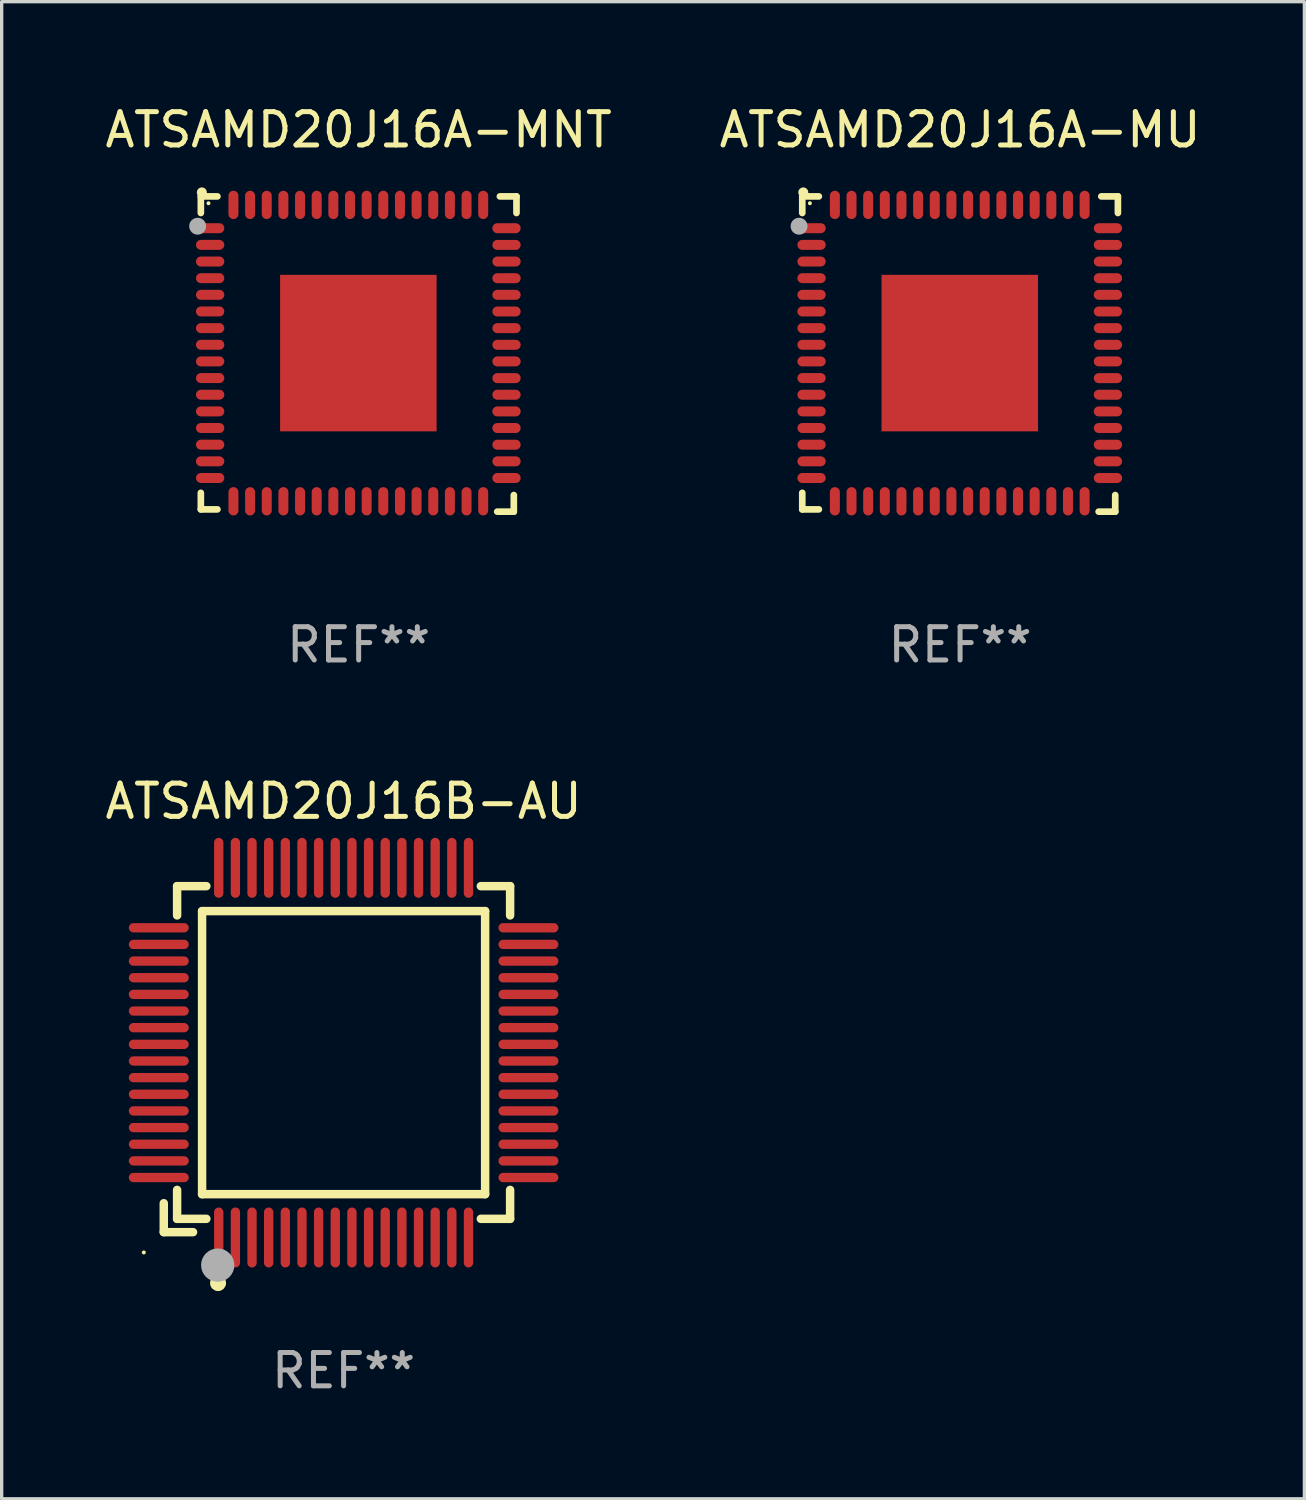
<source format=kicad_pcb>
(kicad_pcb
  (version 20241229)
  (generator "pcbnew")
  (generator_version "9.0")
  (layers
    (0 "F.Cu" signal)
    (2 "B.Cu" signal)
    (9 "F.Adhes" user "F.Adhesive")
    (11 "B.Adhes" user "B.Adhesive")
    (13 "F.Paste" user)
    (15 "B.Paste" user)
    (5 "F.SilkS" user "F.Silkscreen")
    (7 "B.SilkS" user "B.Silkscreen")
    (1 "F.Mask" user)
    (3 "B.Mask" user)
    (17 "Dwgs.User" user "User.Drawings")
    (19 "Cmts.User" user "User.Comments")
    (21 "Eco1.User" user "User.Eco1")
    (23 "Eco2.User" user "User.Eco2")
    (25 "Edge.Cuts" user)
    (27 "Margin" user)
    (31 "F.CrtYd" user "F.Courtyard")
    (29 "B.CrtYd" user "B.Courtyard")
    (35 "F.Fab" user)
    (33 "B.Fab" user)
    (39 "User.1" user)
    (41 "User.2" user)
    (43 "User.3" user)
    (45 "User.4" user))
  (footprint "ATSAMD20J16A-MU"
    (layer "F.Cu")
    (at 25.78 7.581)
    (property "Reference" "ATSAMD20J16A-MU" (at 0 -6.733 0) (layer "F.SilkS") (effects (font (size 1 1) (thickness 0.15))))
    (attr through_hole)
    (fp_line (start -4.739 -4.733) (end -4.241 -4.733) (stroke (width 0.2) (type solid)) (layer "F.SilkS"))
    (fp_line (start -4.739 -4.235) (end -4.739 -4.733) (stroke (width 0.2) (type solid)) (layer "F.SilkS"))
    (fp_line (start -4.739 4.168) (end -4.739 4.665) (stroke (width 0.2) (type solid)) (layer "F.SilkS"))
    (fp_line (start -4.739 4.665) (end -4.241 4.665) (stroke (width 0.2) (type solid)) (layer "F.SilkS"))
    (fp_line (start 4.161 4.733) (end 4.659 4.733) (stroke (width 0.2) (type solid)) (layer "F.SilkS"))
    (fp_line (start 4.241 -4.733) (end 4.739 -4.733) (stroke (width 0.2) (type solid)) (layer "F.SilkS"))
    (fp_line (start 4.659 4.733) (end 4.659 4.235) (stroke (width 0.2) (type solid)) (layer "F.SilkS"))
    (fp_line (start 4.739 -4.733) (end 4.739 -4.235) (stroke (width 0.2) (type solid)) (layer "F.SilkS"))
    (fp_arc (start -4.708623 -4.85108) (mid -4.708628 -4.85235) (end -4.708623 -4.85362) (stroke (width 0.3) (type solid)) (layer "F.SilkS"))
    (fp_circle (center -4.51 -4.528) (end -4.48 -4.528) (stroke (width 0.06) (type solid)) (fill no) (layer "F.SilkS"))
    (fp_circle (center -4.835 -3.838) (end -4.708 -3.838) (stroke (width 0.254) (type solid)) (fill no) (layer "F.Fab"))
    (fp_text user "REF**" (at 0 8.733 0) (layer "F.Fab") (effects (font (size 1 1) (thickness 0.15))))
    (pad "1" smd oval (at -4.46 -3.778) (size 0.85 0.3) (layers "F.Cu" "F.Mask" "F.Paste"))
    (pad "2" smd oval (at -4.46 -3.278) (size 0.85 0.3) (layers "F.Cu" "F.Mask" "F.Paste"))
    (pad "3" smd oval (at -4.46 -2.778) (size 0.85 0.3) (layers "F.Cu" "F.Mask" "F.Paste"))
    (pad "4" smd oval (at -4.46 -2.278) (size 0.85 0.3) (layers "F.Cu" "F.Mask" "F.Paste"))
    (pad "5" smd oval (at -4.46 -1.778) (size 0.85 0.3) (layers "F.Cu" "F.Mask" "F.Paste"))
    (pad "6" smd oval (at -4.46 -1.278) (size 0.85 0.3) (layers "F.Cu" "F.Mask" "F.Paste"))
    (pad "7" smd oval (at -4.46 -0.778) (size 0.85 0.3) (layers "F.Cu" "F.Mask" "F.Paste"))
    (pad "8" smd oval (at -4.46 -0.278) (size 0.85 0.3) (layers "F.Cu" "F.Mask" "F.Paste"))
    (pad "9" smd oval (at -4.46 0.222) (size 0.85 0.3) (layers "F.Cu" "F.Mask" "F.Paste"))
    (pad "10" smd oval (at -4.46 0.722) (size 0.85 0.3) (layers "F.Cu" "F.Mask" "F.Paste"))
    (pad "11" smd oval (at -4.46 1.222) (size 0.85 0.3) (layers "F.Cu" "F.Mask" "F.Paste"))
    (pad "12" smd oval (at -4.46 1.722) (size 0.85 0.3) (layers "F.Cu" "F.Mask" "F.Paste"))
    (pad "13" smd oval (at -4.46 2.222) (size 0.85 0.3) (layers "F.Cu" "F.Mask" "F.Paste"))
    (pad "14" smd oval (at -4.46 2.722) (size 0.85 0.3) (layers "F.Cu" "F.Mask" "F.Paste"))
    (pad "15" smd oval (at -4.46 3.222) (size 0.85 0.3) (layers "F.Cu" "F.Mask" "F.Paste"))
    (pad "16" smd oval (at -4.46 3.722) (size 0.85 0.3) (layers "F.Cu" "F.Mask" "F.Paste"))
    (pad "17" smd oval (at -3.76 4.422) (size 0.3 0.85) (layers "F.Cu" "F.Mask" "F.Paste"))
    (pad "18" smd oval (at -3.26 4.422) (size 0.3 0.85) (layers "F.Cu" "F.Mask" "F.Paste"))
    (pad "19" smd oval (at -2.76 4.422) (size 0.3 0.85) (layers "F.Cu" "F.Mask" "F.Paste"))
    (pad "20" smd oval (at -2.26 4.422) (size 0.3 0.85) (layers "F.Cu" "F.Mask" "F.Paste"))
    (pad "21" smd oval (at -1.76 4.422) (size 0.3 0.85) (layers "F.Cu" "F.Mask" "F.Paste"))
    (pad "22" smd oval (at -1.26 4.422) (size 0.3 0.85) (layers "F.Cu" "F.Mask" "F.Paste"))
    (pad "23" smd oval (at -0.76 4.422) (size 0.3 0.85) (layers "F.Cu" "F.Mask" "F.Paste"))
    (pad "24" smd oval (at -0.26 4.422) (size 0.3 0.85) (layers "F.Cu" "F.Mask" "F.Paste"))
    (pad "25" smd oval (at 0.24 4.422) (size 0.3 0.85) (layers "F.Cu" "F.Mask" "F.Paste"))
    (pad "26" smd oval (at 0.74 4.422) (size 0.3 0.85) (layers "F.Cu" "F.Mask" "F.Paste"))
    (pad "27" smd oval (at 1.24 4.422) (size 0.3 0.85) (layers "F.Cu" "F.Mask" "F.Paste"))
    (pad "28" smd oval (at 1.74 4.422) (size 0.3 0.85) (layers "F.Cu" "F.Mask" "F.Paste"))
    (pad "29" smd oval (at 2.24 4.422) (size 0.3 0.85) (layers "F.Cu" "F.Mask" "F.Paste"))
    (pad "30" smd oval (at 2.74 4.422) (size 0.3 0.85) (layers "F.Cu" "F.Mask" "F.Paste"))
    (pad "31" smd oval (at 3.24 4.422) (size 0.3 0.85) (layers "F.Cu" "F.Mask" "F.Paste"))
    (pad "32" smd oval (at 3.74 4.422) (size 0.3 0.85) (layers "F.Cu" "F.Mask" "F.Paste"))
    (pad "33" smd oval (at 4.44 3.723) (size 0.85 0.3) (layers "F.Cu" "F.Mask" "F.Paste"))
    (pad "34" smd oval (at 4.44 3.222) (size 0.85 0.3) (layers "F.Cu" "F.Mask" "F.Paste"))
    (pad "35" smd oval (at 4.44 2.723) (size 0.85 0.3) (layers "F.Cu" "F.Mask" "F.Paste"))
    (pad "36" smd oval (at 4.44 2.222) (size 0.85 0.3) (layers "F.Cu" "F.Mask" "F.Paste"))
    (pad "37" smd oval (at 4.44 1.723) (size 0.85 0.3) (layers "F.Cu" "F.Mask" "F.Paste"))
    (pad "38" smd oval (at 4.44 1.222) (size 0.85 0.3) (layers "F.Cu" "F.Mask" "F.Paste"))
    (pad "39" smd oval (at 4.44 0.723) (size 0.85 0.3) (layers "F.Cu" "F.Mask" "F.Paste"))
    (pad "40" smd oval (at 4.44 0.222) (size 0.85 0.3) (layers "F.Cu" "F.Mask" "F.Paste"))
    (pad "41" smd oval (at 4.44 -0.277) (size 0.85 0.3) (layers "F.Cu" "F.Mask" "F.Paste"))
    (pad "42" smd oval (at 4.44 -0.778) (size 0.85 0.3) (layers "F.Cu" "F.Mask" "F.Paste"))
    (pad "43" smd oval (at 4.44 -1.277) (size 0.85 0.3) (layers "F.Cu" "F.Mask" "F.Paste"))
    (pad "44" smd oval (at 4.44 -1.778) (size 0.85 0.3) (layers "F.Cu" "F.Mask" "F.Paste"))
    (pad "45" smd oval (at 4.44 -2.277) (size 0.85 0.3) (layers "F.Cu" "F.Mask" "F.Paste"))
    (pad "46" smd oval (at 4.44 -2.778) (size 0.85 0.3) (layers "F.Cu" "F.Mask" "F.Paste"))
    (pad "47" smd oval (at 4.44 -3.277) (size 0.85 0.3) (layers "F.Cu" "F.Mask" "F.Paste"))
    (pad "48" smd oval (at 4.44 -3.778) (size 0.85 0.3) (layers "F.Cu" "F.Mask" "F.Paste"))
    (pad "49" smd oval (at 3.74 -4.478) (size 0.3 0.85) (layers "F.Cu" "F.Mask" "F.Paste"))
    (pad "50" smd oval (at 3.24 -4.478) (size 0.3 0.85) (layers "F.Cu" "F.Mask" "F.Paste"))
    (pad "51" smd oval (at 2.74 -4.478) (size 0.3 0.85) (layers "F.Cu" "F.Mask" "F.Paste"))
    (pad "52" smd oval (at 2.24 -4.478) (size 0.3 0.85) (layers "F.Cu" "F.Mask" "F.Paste"))
    (pad "53" smd oval (at 1.74 -4.478) (size 0.3 0.85) (layers "F.Cu" "F.Mask" "F.Paste"))
    (pad "54" smd oval (at 1.24 -4.478) (size 0.3 0.85) (layers "F.Cu" "F.Mask" "F.Paste"))
    (pad "55" smd oval (at 0.74 -4.478) (size 0.3 0.85) (layers "F.Cu" "F.Mask" "F.Paste"))
    (pad "56" smd oval (at 0.24 -4.478) (size 0.3 0.85) (layers "F.Cu" "F.Mask" "F.Paste"))
    (pad "57" smd oval (at -0.26 -4.478) (size 0.3 0.85) (layers "F.Cu" "F.Mask" "F.Paste"))
    (pad "58" smd oval (at -0.76 -4.478) (size 0.3 0.85) (layers "F.Cu" "F.Mask" "F.Paste"))
    (pad "59" smd oval (at -1.26 -4.478) (size 0.3 0.85) (layers "F.Cu" "F.Mask" "F.Paste"))
    (pad "60" smd oval (at -1.76 -4.478) (size 0.3 0.85) (layers "F.Cu" "F.Mask" "F.Paste"))
    (pad "61" smd oval (at -2.26 -4.478) (size 0.3 0.85) (layers "F.Cu" "F.Mask" "F.Paste"))
    (pad "62" smd oval (at -2.76 -4.478) (size 0.3 0.85) (layers "F.Cu" "F.Mask" "F.Paste"))
    (pad "63" smd oval (at -3.26 -4.478) (size 0.3 0.85) (layers "F.Cu" "F.Mask" "F.Paste"))
    (pad "64" smd oval (at -3.76 -4.478) (size 0.3 0.85) (layers "F.Cu" "F.Mask" "F.Paste"))
    (pad "65" smd rect (at -0.009 -0.028 90) (size 4.7 4.7) (layers "F.Cu" "F.Mask" "F.Paste")))
  (footprint "ATSAMD20J16A-MNT"
    (layer "F.Cu")
    (at 7.72 7.581)
    (property "Reference" "ATSAMD20J16A-MNT" (at 0 -6.733 0) (layer "F.SilkS") (effects (font (size 1 1) (thickness 0.15))))
    (attr through_hole)
    (fp_line (start -4.739 -4.733) (end -4.241 -4.733) (stroke (width 0.2) (type solid)) (layer "F.SilkS"))
    (fp_line (start -4.739 -4.235) (end -4.739 -4.733) (stroke (width 0.2) (type solid)) (layer "F.SilkS"))
    (fp_line (start -4.739 4.168) (end -4.739 4.665) (stroke (width 0.2) (type solid)) (layer "F.SilkS"))
    (fp_line (start -4.739 4.665) (end -4.241 4.665) (stroke (width 0.2) (type solid)) (layer "F.SilkS"))
    (fp_line (start 4.161 4.733) (end 4.659 4.733) (stroke (width 0.2) (type solid)) (layer "F.SilkS"))
    (fp_line (start 4.241 -4.733) (end 4.739 -4.733) (stroke (width 0.2) (type solid)) (layer "F.SilkS"))
    (fp_line (start 4.659 4.733) (end 4.659 4.235) (stroke (width 0.2) (type solid)) (layer "F.SilkS"))
    (fp_line (start 4.739 -4.733) (end 4.739 -4.235) (stroke (width 0.2) (type solid)) (layer "F.SilkS"))
    (fp_arc (start -4.708623 -4.85108) (mid -4.708628 -4.85235) (end -4.708623 -4.85362) (stroke (width 0.3) (type solid)) (layer "F.SilkS"))
    (fp_circle (center -4.51 -4.528) (end -4.48 -4.528) (stroke (width 0.06) (type solid)) (fill no) (layer "F.SilkS"))
    (fp_circle (center -4.835 -3.838) (end -4.708 -3.838) (stroke (width 0.254) (type solid)) (fill no) (layer "F.Fab"))
    (fp_text user "REF**" (at 0 8.733 0) (layer "F.Fab") (effects (font (size 1 1) (thickness 0.15))))
    (pad "1" smd oval (at -4.46 -3.778) (size 0.85 0.3) (layers "F.Cu" "F.Mask" "F.Paste"))
    (pad "2" smd oval (at -4.46 -3.278) (size 0.85 0.3) (layers "F.Cu" "F.Mask" "F.Paste"))
    (pad "3" smd oval (at -4.46 -2.778) (size 0.85 0.3) (layers "F.Cu" "F.Mask" "F.Paste"))
    (pad "4" smd oval (at -4.46 -2.278) (size 0.85 0.3) (layers "F.Cu" "F.Mask" "F.Paste"))
    (pad "5" smd oval (at -4.46 -1.778) (size 0.85 0.3) (layers "F.Cu" "F.Mask" "F.Paste"))
    (pad "6" smd oval (at -4.46 -1.278) (size 0.85 0.3) (layers "F.Cu" "F.Mask" "F.Paste"))
    (pad "7" smd oval (at -4.46 -0.778) (size 0.85 0.3) (layers "F.Cu" "F.Mask" "F.Paste"))
    (pad "8" smd oval (at -4.46 -0.278) (size 0.85 0.3) (layers "F.Cu" "F.Mask" "F.Paste"))
    (pad "9" smd oval (at -4.46 0.222) (size 0.85 0.3) (layers "F.Cu" "F.Mask" "F.Paste"))
    (pad "10" smd oval (at -4.46 0.722) (size 0.85 0.3) (layers "F.Cu" "F.Mask" "F.Paste"))
    (pad "11" smd oval (at -4.46 1.222) (size 0.85 0.3) (layers "F.Cu" "F.Mask" "F.Paste"))
    (pad "12" smd oval (at -4.46 1.722) (size 0.85 0.3) (layers "F.Cu" "F.Mask" "F.Paste"))
    (pad "13" smd oval (at -4.46 2.222) (size 0.85 0.3) (layers "F.Cu" "F.Mask" "F.Paste"))
    (pad "14" smd oval (at -4.46 2.722) (size 0.85 0.3) (layers "F.Cu" "F.Mask" "F.Paste"))
    (pad "15" smd oval (at -4.46 3.222) (size 0.85 0.3) (layers "F.Cu" "F.Mask" "F.Paste"))
    (pad "16" smd oval (at -4.46 3.722) (size 0.85 0.3) (layers "F.Cu" "F.Mask" "F.Paste"))
    (pad "17" smd oval (at -3.76 4.422) (size 0.3 0.85) (layers "F.Cu" "F.Mask" "F.Paste"))
    (pad "18" smd oval (at -3.26 4.422) (size 0.3 0.85) (layers "F.Cu" "F.Mask" "F.Paste"))
    (pad "19" smd oval (at -2.76 4.422) (size 0.3 0.85) (layers "F.Cu" "F.Mask" "F.Paste"))
    (pad "20" smd oval (at -2.26 4.422) (size 0.3 0.85) (layers "F.Cu" "F.Mask" "F.Paste"))
    (pad "21" smd oval (at -1.76 4.422) (size 0.3 0.85) (layers "F.Cu" "F.Mask" "F.Paste"))
    (pad "22" smd oval (at -1.26 4.422) (size 0.3 0.85) (layers "F.Cu" "F.Mask" "F.Paste"))
    (pad "23" smd oval (at -0.76 4.422) (size 0.3 0.85) (layers "F.Cu" "F.Mask" "F.Paste"))
    (pad "24" smd oval (at -0.26 4.422) (size 0.3 0.85) (layers "F.Cu" "F.Mask" "F.Paste"))
    (pad "25" smd oval (at 0.24 4.422) (size 0.3 0.85) (layers "F.Cu" "F.Mask" "F.Paste"))
    (pad "26" smd oval (at 0.74 4.422) (size 0.3 0.85) (layers "F.Cu" "F.Mask" "F.Paste"))
    (pad "27" smd oval (at 1.24 4.422) (size 0.3 0.85) (layers "F.Cu" "F.Mask" "F.Paste"))
    (pad "28" smd oval (at 1.74 4.422) (size 0.3 0.85) (layers "F.Cu" "F.Mask" "F.Paste"))
    (pad "29" smd oval (at 2.24 4.422) (size 0.3 0.85) (layers "F.Cu" "F.Mask" "F.Paste"))
    (pad "30" smd oval (at 2.74 4.422) (size 0.3 0.85) (layers "F.Cu" "F.Mask" "F.Paste"))
    (pad "31" smd oval (at 3.24 4.422) (size 0.3 0.85) (layers "F.Cu" "F.Mask" "F.Paste"))
    (pad "32" smd oval (at 3.74 4.422) (size 0.3 0.85) (layers "F.Cu" "F.Mask" "F.Paste"))
    (pad "33" smd oval (at 4.44 3.723) (size 0.85 0.3) (layers "F.Cu" "F.Mask" "F.Paste"))
    (pad "34" smd oval (at 4.44 3.222) (size 0.85 0.3) (layers "F.Cu" "F.Mask" "F.Paste"))
    (pad "35" smd oval (at 4.44 2.723) (size 0.85 0.3) (layers "F.Cu" "F.Mask" "F.Paste"))
    (pad "36" smd oval (at 4.44 2.222) (size 0.85 0.3) (layers "F.Cu" "F.Mask" "F.Paste"))
    (pad "37" smd oval (at 4.44 1.723) (size 0.85 0.3) (layers "F.Cu" "F.Mask" "F.Paste"))
    (pad "38" smd oval (at 4.44 1.222) (size 0.85 0.3) (layers "F.Cu" "F.Mask" "F.Paste"))
    (pad "39" smd oval (at 4.44 0.723) (size 0.85 0.3) (layers "F.Cu" "F.Mask" "F.Paste"))
    (pad "40" smd oval (at 4.44 0.222) (size 0.85 0.3) (layers "F.Cu" "F.Mask" "F.Paste"))
    (pad "41" smd oval (at 4.44 -0.277) (size 0.85 0.3) (layers "F.Cu" "F.Mask" "F.Paste"))
    (pad "42" smd oval (at 4.44 -0.778) (size 0.85 0.3) (layers "F.Cu" "F.Mask" "F.Paste"))
    (pad "43" smd oval (at 4.44 -1.277) (size 0.85 0.3) (layers "F.Cu" "F.Mask" "F.Paste"))
    (pad "44" smd oval (at 4.44 -1.778) (size 0.85 0.3) (layers "F.Cu" "F.Mask" "F.Paste"))
    (pad "45" smd oval (at 4.44 -2.277) (size 0.85 0.3) (layers "F.Cu" "F.Mask" "F.Paste"))
    (pad "46" smd oval (at 4.44 -2.778) (size 0.85 0.3) (layers "F.Cu" "F.Mask" "F.Paste"))
    (pad "47" smd oval (at 4.44 -3.277) (size 0.85 0.3) (layers "F.Cu" "F.Mask" "F.Paste"))
    (pad "48" smd oval (at 4.44 -3.778) (size 0.85 0.3) (layers "F.Cu" "F.Mask" "F.Paste"))
    (pad "49" smd oval (at 3.74 -4.478) (size 0.3 0.85) (layers "F.Cu" "F.Mask" "F.Paste"))
    (pad "50" smd oval (at 3.24 -4.478) (size 0.3 0.85) (layers "F.Cu" "F.Mask" "F.Paste"))
    (pad "51" smd oval (at 2.74 -4.478) (size 0.3 0.85) (layers "F.Cu" "F.Mask" "F.Paste"))
    (pad "52" smd oval (at 2.24 -4.478) (size 0.3 0.85) (layers "F.Cu" "F.Mask" "F.Paste"))
    (pad "53" smd oval (at 1.74 -4.478) (size 0.3 0.85) (layers "F.Cu" "F.Mask" "F.Paste"))
    (pad "54" smd oval (at 1.24 -4.478) (size 0.3 0.85) (layers "F.Cu" "F.Mask" "F.Paste"))
    (pad "55" smd oval (at 0.74 -4.478) (size 0.3 0.85) (layers "F.Cu" "F.Mask" "F.Paste"))
    (pad "56" smd oval (at 0.24 -4.478) (size 0.3 0.85) (layers "F.Cu" "F.Mask" "F.Paste"))
    (pad "57" smd oval (at -0.26 -4.478) (size 0.3 0.85) (layers "F.Cu" "F.Mask" "F.Paste"))
    (pad "58" smd oval (at -0.76 -4.478) (size 0.3 0.85) (layers "F.Cu" "F.Mask" "F.Paste"))
    (pad "59" smd oval (at -1.26 -4.478) (size 0.3 0.85) (layers "F.Cu" "F.Mask" "F.Paste"))
    (pad "60" smd oval (at -1.76 -4.478) (size 0.3 0.85) (layers "F.Cu" "F.Mask" "F.Paste"))
    (pad "61" smd oval (at -2.26 -4.478) (size 0.3 0.85) (layers "F.Cu" "F.Mask" "F.Paste"))
    (pad "62" smd oval (at -2.76 -4.478) (size 0.3 0.85) (layers "F.Cu" "F.Mask" "F.Paste"))
    (pad "63" smd oval (at -3.26 -4.478) (size 0.3 0.85) (layers "F.Cu" "F.Mask" "F.Paste"))
    (pad "64" smd oval (at -3.76 -4.478) (size 0.3 0.85) (layers "F.Cu" "F.Mask" "F.Paste"))
    (pad "65" smd rect (at -0.009 -0.028 90) (size 4.7 4.7) (layers "F.Cu" "F.Mask" "F.Paste")))
  (footprint "ATSAMD20J16B-AU"
    (layer "F.Cu")
    (at 7.268 28.56)
    (property "Reference" "ATSAMD20J16B-AU" (at 0 -7.55 0) (layer "F.SilkS") (effects (font (size 1 1) (thickness 0.15))))
    (attr through_hole)
    (fp_line (start -5.4 4.521) (end -5.4 5.39) (stroke (width 0.254) (type solid)) (layer "F.SilkS"))
    (fp_line (start -5.4 5.39) (end -4.521 5.39) (stroke (width 0.254) (type solid)) (layer "F.SilkS"))
    (fp_line (start -5 -5) (end -5 -4.121) (stroke (width 0.254) (type solid)) (layer "F.SilkS"))
    (fp_line (start -5 4.121) (end -5 4.99) (stroke (width 0.254) (type solid)) (layer "F.SilkS"))
    (fp_line (start -5 4.99) (end -4.121 4.99) (stroke (width 0.254) (type solid)) (layer "F.SilkS"))
    (fp_line (start -4.25 -4.25) (end -4.25 4.25) (stroke (width 0.254) (type solid)) (layer "F.SilkS"))
    (fp_line (start -4.25 4.25) (end 4.25 4.25) (stroke (width 0.254) (type solid)) (layer "F.SilkS"))
    (fp_line (start -4.121 -5) (end -5 -5) (stroke (width 0.254) (type solid)) (layer "F.SilkS"))
    (fp_line (start 4.121 4.99) (end 5 4.99) (stroke (width 0.254) (type solid)) (layer "F.SilkS"))
    (fp_line (start 4.25 -4.25) (end -4.25 -4.25) (stroke (width 0.254) (type solid)) (layer "F.SilkS"))
    (fp_line (start 4.25 4.25) (end 4.25 -4.25) (stroke (width 0.254) (type solid)) (layer "F.SilkS"))
    (fp_line (start 5 -5) (end 4.121 -5) (stroke (width 0.254) (type solid)) (layer "F.SilkS"))
    (fp_line (start 5 -4.121) (end 5 -5) (stroke (width 0.254) (type solid)) (layer "F.SilkS"))
    (fp_line (start 5 4.99) (end 5 4.121) (stroke (width 0.254) (type solid)) (layer "F.SilkS"))
    (fp_circle (center -6 6) (end -5.97 6) (stroke (width 0.06) (type solid)) (fill no) (layer "F.SilkS"))
    (fp_circle (center -3.77 6.92) (end -3.65 6.92) (stroke (width 0.24) (type solid)) (fill no) (layer "F.SilkS"))
    (fp_circle (center -3.78 6.38) (end -3.53 6.38) (stroke (width 0.5) (type solid)) (fill no) (layer "F.Fab"))
    (fp_text user "REF**" (at 0 9.55 0) (layer "F.Fab") (effects (font (size 1 1) (thickness 0.15))))
    (pad "1" smd oval (at -3.75 5.55) (size 0.28 1.8) (layers "F.Cu" "F.Mask" "F.Paste"))
    (pad "2" smd oval (at -3.25 5.55) (size 0.28 1.8) (layers "F.Cu" "F.Mask" "F.Paste"))
    (pad "3" smd oval (at -2.75 5.55) (size 0.28 1.8) (layers "F.Cu" "F.Mask" "F.Paste"))
    (pad "4" smd oval (at -2.25 5.55) (size 0.28 1.8) (layers "F.Cu" "F.Mask" "F.Paste"))
    (pad "5" smd oval (at -1.75 5.55) (size 0.28 1.8) (layers "F.Cu" "F.Mask" "F.Paste"))
    (pad "6" smd oval (at -1.25 5.55) (size 0.28 1.8) (layers "F.Cu" "F.Mask" "F.Paste"))
    (pad "7" smd oval (at -0.75 5.55) (size 0.28 1.8) (layers "F.Cu" "F.Mask" "F.Paste"))
    (pad "8" smd oval (at -0.25 5.55) (size 0.28 1.8) (layers "F.Cu" "F.Mask" "F.Paste"))
    (pad "9" smd oval (at 0.25 5.55) (size 0.28 1.8) (layers "F.Cu" "F.Mask" "F.Paste"))
    (pad "10" smd oval (at 0.75 5.55) (size 0.28 1.8) (layers "F.Cu" "F.Mask" "F.Paste"))
    (pad "11" smd oval (at 1.25 5.55) (size 0.28 1.8) (layers "F.Cu" "F.Mask" "F.Paste"))
    (pad "12" smd oval (at 1.75 5.55) (size 0.28 1.8) (layers "F.Cu" "F.Mask" "F.Paste"))
    (pad "13" smd oval (at 2.25 5.55) (size 0.28 1.8) (layers "F.Cu" "F.Mask" "F.Paste"))
    (pad "14" smd oval (at 2.75 5.55) (size 0.28 1.8) (layers "F.Cu" "F.Mask" "F.Paste"))
    (pad "15" smd oval (at 3.25 5.55) (size 0.28 1.8) (layers "F.Cu" "F.Mask" "F.Paste"))
    (pad "16" smd oval (at 3.75 5.55) (size 0.28 1.8) (layers "F.Cu" "F.Mask" "F.Paste"))
    (pad "17" smd oval (at 5.55 3.75) (size 1.8 0.28) (layers "F.Cu" "F.Mask" "F.Paste"))
    (pad "18" smd oval (at 5.55 3.25) (size 1.8 0.28) (layers "F.Cu" "F.Mask" "F.Paste"))
    (pad "19" smd oval (at 5.55 2.75) (size 1.8 0.28) (layers "F.Cu" "F.Mask" "F.Paste"))
    (pad "20" smd oval (at 5.55 2.25) (size 1.8 0.28) (layers "F.Cu" "F.Mask" "F.Paste"))
    (pad "21" smd oval (at 5.55 1.75) (size 1.8 0.28) (layers "F.Cu" "F.Mask" "F.Paste"))
    (pad "22" smd oval (at 5.55 1.25) (size 1.8 0.28) (layers "F.Cu" "F.Mask" "F.Paste"))
    (pad "23" smd oval (at 5.55 0.75) (size 1.8 0.28) (layers "F.Cu" "F.Mask" "F.Paste"))
    (pad "24" smd oval (at 5.55 0.25) (size 1.8 0.28) (layers "F.Cu" "F.Mask" "F.Paste"))
    (pad "25" smd oval (at 5.55 -0.25) (size 1.8 0.28) (layers "F.Cu" "F.Mask" "F.Paste"))
    (pad "26" smd oval (at 5.55 -0.75) (size 1.8 0.28) (layers "F.Cu" "F.Mask" "F.Paste"))
    (pad "27" smd oval (at 5.55 -1.25) (size 1.8 0.28) (layers "F.Cu" "F.Mask" "F.Paste"))
    (pad "28" smd oval (at 5.55 -1.75) (size 1.8 0.28) (layers "F.Cu" "F.Mask" "F.Paste"))
    (pad "29" smd oval (at 5.55 -2.25) (size 1.8 0.28) (layers "F.Cu" "F.Mask" "F.Paste"))
    (pad "30" smd oval (at 5.55 -2.75) (size 1.8 0.28) (layers "F.Cu" "F.Mask" "F.Paste"))
    (pad "31" smd oval (at 5.55 -3.25) (size 1.8 0.28) (layers "F.Cu" "F.Mask" "F.Paste"))
    (pad "32" smd oval (at 5.55 -3.75) (size 1.8 0.28) (layers "F.Cu" "F.Mask" "F.Paste"))
    (pad "33" smd oval (at 3.75 -5.55) (size 0.28 1.8) (layers "F.Cu" "F.Mask" "F.Paste"))
    (pad "34" smd oval (at 3.25 -5.55) (size 0.28 1.8) (layers "F.Cu" "F.Mask" "F.Paste"))
    (pad "35" smd oval (at 2.75 -5.55) (size 0.28 1.8) (layers "F.Cu" "F.Mask" "F.Paste"))
    (pad "36" smd oval (at 2.25 -5.55) (size 0.28 1.8) (layers "F.Cu" "F.Mask" "F.Paste"))
    (pad "37" smd oval (at 1.75 -5.55) (size 0.28 1.8) (layers "F.Cu" "F.Mask" "F.Paste"))
    (pad "38" smd oval (at 1.25 -5.55) (size 0.28 1.8) (layers "F.Cu" "F.Mask" "F.Paste"))
    (pad "39" smd oval (at 0.75 -5.55) (size 0.28 1.8) (layers "F.Cu" "F.Mask" "F.Paste"))
    (pad "40" smd oval (at 0.25 -5.55) (size 0.28 1.8) (layers "F.Cu" "F.Mask" "F.Paste"))
    (pad "41" smd oval (at -0.25 -5.55) (size 0.28 1.8) (layers "F.Cu" "F.Mask" "F.Paste"))
    (pad "42" smd oval (at -0.75 -5.55) (size 0.28 1.8) (layers "F.Cu" "F.Mask" "F.Paste"))
    (pad "43" smd oval (at -1.25 -5.55) (size 0.28 1.8) (layers "F.Cu" "F.Mask" "F.Paste"))
    (pad "44" smd oval (at -1.75 -5.55) (size 0.28 1.8) (layers "F.Cu" "F.Mask" "F.Paste"))
    (pad "45" smd oval (at -2.25 -5.55) (size 0.28 1.8) (layers "F.Cu" "F.Mask" "F.Paste"))
    (pad "46" smd oval (at -2.75 -5.55) (size 0.28 1.8) (layers "F.Cu" "F.Mask" "F.Paste"))
    (pad "47" smd oval (at -3.25 -5.55) (size 0.28 1.8) (layers "F.Cu" "F.Mask" "F.Paste"))
    (pad "48" smd oval (at -3.75 -5.55) (size 0.28 1.8) (layers "F.Cu" "F.Mask" "F.Paste"))
    (pad "49" smd oval (at -5.55 -3.75) (size 1.8 0.28) (layers "F.Cu" "F.Mask" "F.Paste"))
    (pad "50" smd oval (at -5.55 -3.25) (size 1.8 0.28) (layers "F.Cu" "F.Mask" "F.Paste"))
    (pad "51" smd oval (at -5.55 -2.75) (size 1.8 0.28) (layers "F.Cu" "F.Mask" "F.Paste"))
    (pad "52" smd oval (at -5.55 -2.25) (size 1.8 0.28) (layers "F.Cu" "F.Mask" "F.Paste"))
    (pad "53" smd oval (at -5.55 -1.75) (size 1.8 0.28) (layers "F.Cu" "F.Mask" "F.Paste"))
    (pad "54" smd oval (at -5.55 -1.25) (size 1.8 0.28) (layers "F.Cu" "F.Mask" "F.Paste"))
    (pad "55" smd oval (at -5.55 -0.75) (size 1.8 0.28) (layers "F.Cu" "F.Mask" "F.Paste"))
    (pad "56" smd oval (at -5.55 -0.25) (size 1.8 0.28) (layers "F.Cu" "F.Mask" "F.Paste"))
    (pad "57" smd oval (at -5.55 0.25) (size 1.8 0.28) (layers "F.Cu" "F.Mask" "F.Paste"))
    (pad "58" smd oval (at -5.55 0.75) (size 1.8 0.28) (layers "F.Cu" "F.Mask" "F.Paste"))
    (pad "59" smd oval (at -5.55 1.25) (size 1.8 0.28) (layers "F.Cu" "F.Mask" "F.Paste"))
    (pad "60" smd oval (at -5.55 1.75) (size 1.8 0.28) (layers "F.Cu" "F.Mask" "F.Paste"))
    (pad "61" smd oval (at -5.55 2.25) (size 1.8 0.28) (layers "F.Cu" "F.Mask" "F.Paste"))
    (pad "62" smd oval (at -5.55 2.75) (size 1.8 0.28) (layers "F.Cu" "F.Mask" "F.Paste"))
    (pad "63" smd oval (at -5.55 3.25) (size 1.8 0.28) (layers "F.Cu" "F.Mask" "F.Paste"))
    (pad "64" smd oval (at -5.55 3.75) (size 1.8 0.28) (layers "F.Cu" "F.Mask" "F.Paste")))
  (gr_rect
    (start -3 -3)
    (end 36.119 41.958)
    (stroke (width 0.1) (type default))
    (fill no)
    (layer "Edge.Cuts")))
</source>
